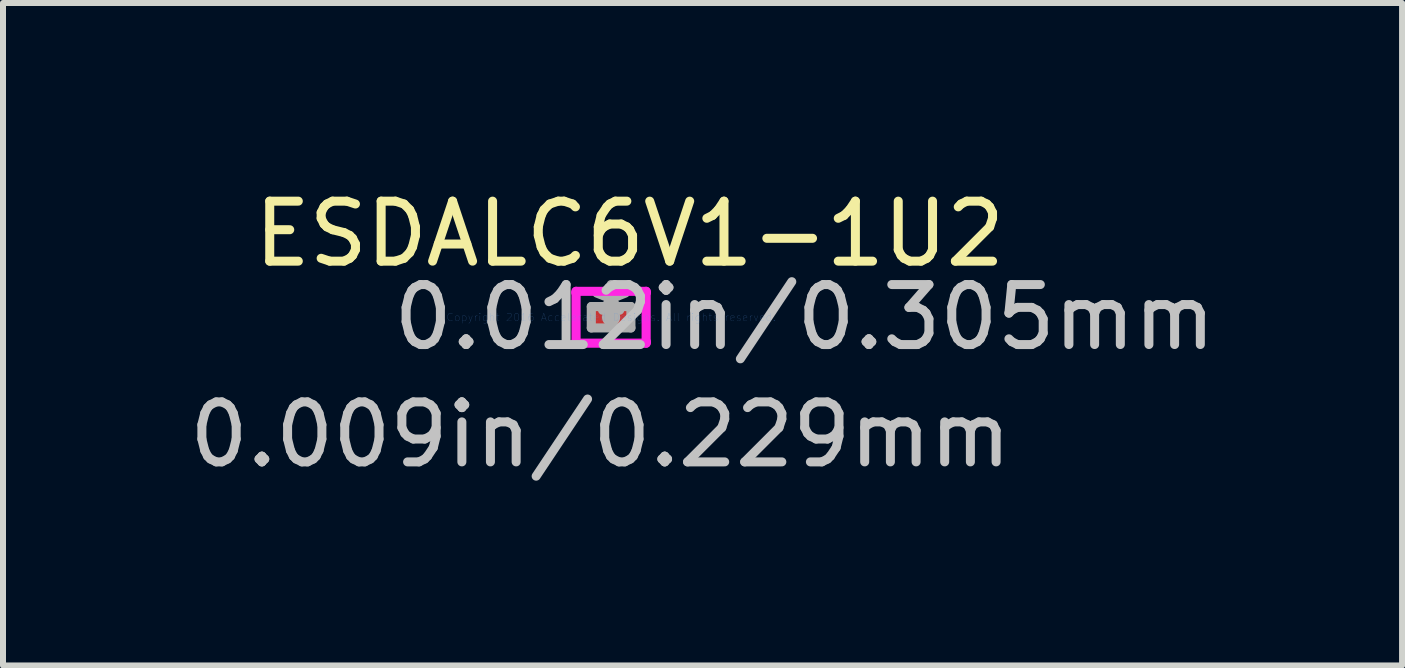
<source format=kicad_pcb>
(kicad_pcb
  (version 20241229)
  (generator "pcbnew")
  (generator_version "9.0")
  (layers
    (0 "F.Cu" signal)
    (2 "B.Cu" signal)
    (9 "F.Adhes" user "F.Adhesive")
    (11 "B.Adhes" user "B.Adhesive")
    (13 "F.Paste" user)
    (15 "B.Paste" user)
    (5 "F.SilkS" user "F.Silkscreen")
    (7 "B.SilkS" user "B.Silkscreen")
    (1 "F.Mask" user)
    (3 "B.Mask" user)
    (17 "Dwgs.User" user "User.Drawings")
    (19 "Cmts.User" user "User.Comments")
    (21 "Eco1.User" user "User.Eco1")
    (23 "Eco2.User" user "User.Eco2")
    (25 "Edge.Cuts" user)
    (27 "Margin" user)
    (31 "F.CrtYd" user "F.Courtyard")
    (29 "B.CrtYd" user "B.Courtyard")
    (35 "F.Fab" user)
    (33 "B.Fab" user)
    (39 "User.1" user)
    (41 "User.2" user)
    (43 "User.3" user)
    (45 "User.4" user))
  (footprint "ESDALC6V1-1U2"
    (layer "F.Cu")
    (at 7.136 2.238)
    (property "Reference" "ESDALC6V1-1U2" (at 0.31 -1.39 0) (layer "F.SilkS") (effects (font (size 1 1) (thickness 0.15))))
    (attr through_hole)
    (fp_line (start -0.584 -0.432) (end 0.584 -0.432) (stroke (width 0.152) (type solid)) (layer "F.CrtYd"))
    (fp_line (start -0.584 -0.406) (end -0.584 -0.432) (stroke (width 0.152) (type solid)) (layer "F.CrtYd"))
    (fp_line (start -0.584 -0.406) (end -0.584 -0.406) (stroke (width 0.152) (type solid)) (layer "F.CrtYd"))
    (fp_line (start -0.584 0.406) (end -0.584 -0.406) (stroke (width 0.152) (type solid)) (layer "F.CrtYd"))
    (fp_line (start -0.584 0.406) (end -0.584 0.406) (stroke (width 0.152) (type solid)) (layer "F.CrtYd"))
    (fp_line (start -0.584 0.432) (end -0.584 0.406) (stroke (width 0.152) (type solid)) (layer "F.CrtYd"))
    (fp_line (start 0.584 -0.432) (end 0.584 -0.406) (stroke (width 0.152) (type solid)) (layer "F.CrtYd"))
    (fp_line (start 0.584 -0.406) (end 0.584 -0.406) (stroke (width 0.152) (type solid)) (layer "F.CrtYd"))
    (fp_line (start 0.584 -0.406) (end 0.584 0.406) (stroke (width 0.152) (type solid)) (layer "F.CrtYd"))
    (fp_line (start 0.584 0.406) (end 0.584 0.406) (stroke (width 0.152) (type solid)) (layer "F.CrtYd"))
    (fp_line (start 0.584 0.406) (end 0.584 0.432) (stroke (width 0.152) (type solid)) (layer "F.CrtYd"))
    (fp_line (start 0.584 0.432) (end -0.584 0.432) (stroke (width 0.152) (type solid)) (layer "F.CrtYd"))
    (fp_line (start -0.33 -0.178) (end -0.33 0.178) (stroke (width 0.152) (type solid)) (layer "F.Fab"))
    (fp_line (start -0.33 0.178) (end 0.33 0.178) (stroke (width 0.152) (type solid)) (layer "F.Fab"))
    (fp_line (start 0.33 -0.178) (end -0.33 -0.178) (stroke (width 0.152) (type solid)) (layer "F.Fab"))
    (fp_line (start 0.33 0.178) (end 0.33 -0.178) (stroke (width 0.152) (type solid)) (layer "F.Fab"))
    (fp_circle (center 0 0) (end 0 0) (stroke (width 0.152) (type solid)) (fill no) (layer "F.Fab"))
    (fp_text user "0.012in/0.305mm" (at 3.226 0 0) (layer "Dwgs.User") (effects (font (size 1 1) (thickness 0.15))))
    (fp_text user "0.009in/0.229mm" (at -0.178 1.956 0) (layer "Dwgs.User") (effects (font (size 1 1) (thickness 0.15))))
    (fp_text user "Copyright 2016 Accelerated Designs. All rights reserved." (at 0 0 0) (layer "Cmts.User") (effects (font (size 0.127 0.127) (thickness 0.002))))
    (fp_text user "*" (at 0 0 0) (layer "F.Fab") (effects (font (size 1 1) (thickness 0.15))))
    (pad "1" smd rect (at -0.178 0) (size 0.229 0.305) (layers "F.Cu" "F.Mask" "F.Paste"))
    (pad "2" smd rect (at 0.178 0) (size 0.229 0.305) (layers "F.Cu" "F.Mask" "F.Paste")))
  (gr_rect
    (start -3 -3)
    (end 20.32 8.042)
    (stroke (width 0.1) (type default))
    (fill no)
    (layer "Edge.Cuts")))
</source>
